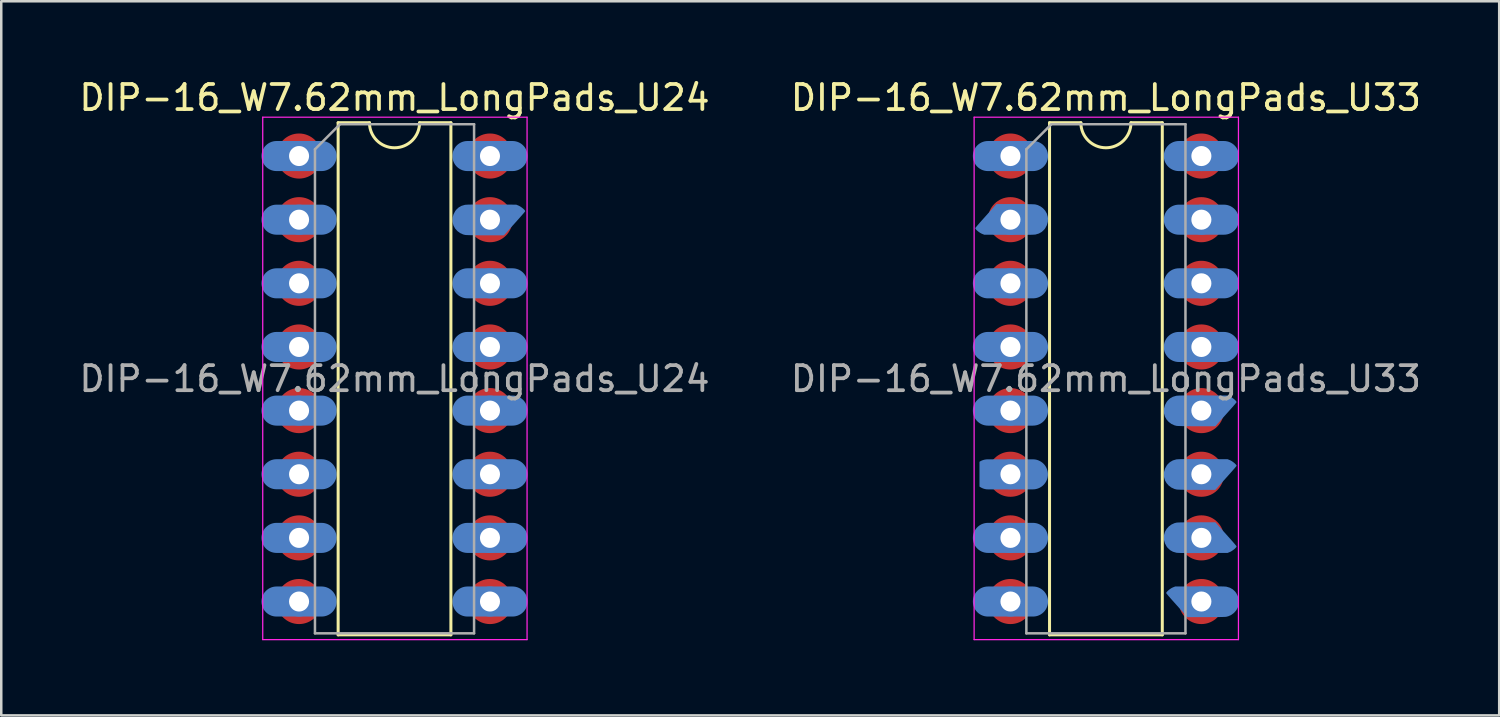
<source format=kicad_pcb>
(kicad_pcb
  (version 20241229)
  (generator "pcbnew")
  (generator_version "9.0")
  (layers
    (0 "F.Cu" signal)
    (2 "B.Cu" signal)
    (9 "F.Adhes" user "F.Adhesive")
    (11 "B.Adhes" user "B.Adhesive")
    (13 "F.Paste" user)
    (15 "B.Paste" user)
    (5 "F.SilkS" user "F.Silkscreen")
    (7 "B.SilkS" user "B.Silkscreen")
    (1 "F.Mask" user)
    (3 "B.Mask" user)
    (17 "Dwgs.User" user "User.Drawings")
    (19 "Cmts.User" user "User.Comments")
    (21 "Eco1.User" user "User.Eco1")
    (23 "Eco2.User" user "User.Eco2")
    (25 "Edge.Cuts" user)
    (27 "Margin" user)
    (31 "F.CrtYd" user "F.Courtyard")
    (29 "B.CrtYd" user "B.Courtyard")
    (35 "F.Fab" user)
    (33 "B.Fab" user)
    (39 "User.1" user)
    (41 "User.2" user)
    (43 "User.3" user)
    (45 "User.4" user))
  (footprint "DIP-16_W7.62mm_LongPads_U33"
    (layer "F.Cu")
    (at 37.279 3.178)
    (property "Reference" "DIP-16_W7.62mm_LongPads_U33" (at 3.81 -2.33 0) (layer "F.SilkS") (effects (font (size 1 1) (thickness 0.15))))
    (attr through_hole)
    (fp_line (start 1.56 -1.33) (end 1.56 19.11) (stroke (width 0.12) (type solid)) (layer "F.SilkS"))
    (fp_line (start 1.56 19.11) (end 6.06 19.11) (stroke (width 0.12) (type solid)) (layer "F.SilkS"))
    (fp_line (start 2.81 -1.33) (end 1.56 -1.33) (stroke (width 0.12) (type solid)) (layer "F.SilkS"))
    (fp_line (start 6.06 -1.33) (end 4.81 -1.33) (stroke (width 0.12) (type solid)) (layer "F.SilkS"))
    (fp_line (start 6.06 19.11) (end 6.06 -1.33) (stroke (width 0.12) (type solid)) (layer "F.SilkS"))
    (fp_arc (start 4.81 -1.33) (mid 3.81 -0.33) (end 2.81 -1.33) (stroke (width 0.12) (type solid)) (layer "F.SilkS"))
    (fp_line (start -1.45 -1.55) (end -1.45 19.3) (stroke (width 0.05) (type solid)) (layer "F.CrtYd"))
    (fp_line (start -1.45 19.3) (end 9.1 19.3) (stroke (width 0.05) (type solid)) (layer "F.CrtYd"))
    (fp_line (start 9.1 -1.55) (end -1.45 -1.55) (stroke (width 0.05) (type solid)) (layer "F.CrtYd"))
    (fp_line (start 9.1 19.3) (end 9.1 -1.55) (stroke (width 0.05) (type solid)) (layer "F.CrtYd"))
    (fp_line (start 0.635 -0.27) (end 1.635 -1.27) (stroke (width 0.1) (type solid)) (layer "F.Fab"))
    (fp_line (start 0.635 19.05) (end 0.635 -0.27) (stroke (width 0.1) (type solid)) (layer "F.Fab"))
    (fp_line (start 1.635 -1.27) (end 6.985 -1.27) (stroke (width 0.1) (type solid)) (layer "F.Fab"))
    (fp_line (start 6.985 -1.27) (end 6.985 19.05) (stroke (width 0.1) (type solid)) (layer "F.Fab"))
    (fp_line (start 6.985 19.05) (end 0.635 19.05) (stroke (width 0.1) (type solid)) (layer "F.Fab"))
    (fp_text user "${REFERENCE}" (at 3.81 8.89 0) (layer "F.Fab") (effects (font (size 1 1) (thickness 0.15))))
    (pad "1" thru_hole circle (at 0 0) (size 1.2 1.2) (drill 0.8) (layers "*.Cu" "*.Mask"))
    (pad "1" smd circle (at 0 0) (size 1.8 1.8) (layers "F.Cu" "F.Mask"))
    (pad "1" smd oval (at 0 0) (size 3 1.2) (layers "B.Cu" "B.Mask"))
    (pad "2" thru_hole circle (at 0 2.54) (size 1.2 1.2) (drill 0.8) (layers "*.Cu" "*.Mask"))
    (pad "2" smd custom (at 0 2.54) (size 1.2 1.2) (layers "B.Cu" "B.Mask") (options (anchor circle)) (primitives (gr_poly (pts (xy -1.391 0.363) (xy -1.361 0.399) (xy -1.316 0.441) (xy -1.262 0.484) (xy -1.205 0.523) (xy -1.151 0.552) (xy -1.138 0.558) (xy -1.046 0.595) (xy -0.07 0.6) (xy 0.16 0.601) (xy 0.359 0.601) (xy 0.529 0.601) (xy 0.672 0.6) (xy 0.787 0.598) (xy 0.878 0.596) (xy 0.945 0.592) (xy 0.989 0.589) (xy 1.001 0.587) (xy 1.135 0.547) (xy 1.248 0.483) (xy 1.342 0.395) (xy 1.381 0.344) (xy 1.448 0.22) (xy 1.486 0.087) (xy 1.493 -0.05) (xy 1.485 -0.117) (xy 1.449 -0.24) (xy 1.385 -0.353) (xy 1.298 -0.45) (xy 1.193 -0.528) (xy 1.073 -0.583) (xy 0.995 -0.603) (xy 0.96 -0.607) (xy 0.895 -0.61) (xy 0.805 -0.613) (xy 0.691 -0.615) (xy 0.558 -0.617) (xy 0.408 -0.619) (xy 0.244 -0.619) (xy 0.178 -0.619) (xy -0.554 -0.619) (xy -0.975 -0.151) (xy -1.067 -0.048) (xy -1.153 0.048) (xy -1.23 0.135) (xy -1.295 0.21) (xy -1.347 0.271) (xy -1.382 0.313) (xy -1.399 0.336) (xy -1.4 0.338) (xy -1.391 0.363)) (width 0.01) (fill yes))))
    (pad "2" smd circle (at 0 2.54) (size 1.8 1.8) (layers "F.Cu" "F.Mask"))
    (pad "3" thru_hole circle (at 0 5.08) (size 1.2 1.2) (drill 0.8) (layers "*.Cu" "*.Mask"))
    (pad "3" smd circle (at 0 5.08) (size 1.8 1.8) (layers "F.Cu" "F.Mask"))
    (pad "3" smd oval (at 0 5.08) (size 3 1.2) (layers "B.Cu" "B.Mask"))
    (pad "4" thru_hole circle (at 0 7.62) (size 1.2 1.2) (drill 0.8) (layers "*.Cu" "*.Mask"))
    (pad "4" smd circle (at 0 7.62) (size 1.8 1.8) (layers "F.Cu" "F.Mask"))
    (pad "4" smd oval (at 0 7.62) (size 3 1.2) (layers "F.Mask" "B.Cu"))
    (pad "5" thru_hole circle (at 0 10.16) (size 1.2 1.2) (drill 0.8) (layers "*.Cu" "*.Mask"))
    (pad "5" smd circle (at 0 10.16) (size 1.8 1.8) (layers "F.Cu" "F.Mask"))
    (pad "5" smd oval (at 0 10.16) (size 3 1.2) (layers "B.Cu" "B.Mask"))
    (pad "6" thru_hole circle (at 0 12.7) (size 1.2 1.2) (drill 0.8) (layers "*.Cu" "*.Mask"))
    (pad "6" smd custom (at 0 12.7) (size 1.2 1.2) (layers "B.Cu" "B.Mask") (options (anchor circle)) (primitives (gr_poly (pts (xy -1.23 -0.5) (xy -1.213 -0.512) (xy -1.184 -0.528) (xy -1.167 -0.537) (xy -1.146 -0.546) (xy -1.124 -0.555) (xy -1.099 -0.564) (xy -1.072 -0.572) (xy -1.043 -0.58) (xy -1.011 -0.586) (xy -0.978 -0.591) (xy -0.943 -0.594) (xy -0.906 -0.595) (xy 0.895 -0.595) (xy 0.927 -0.594) (xy 0.958 -0.592) (xy 0.989 -0.588) (xy 1.019 -0.583) (xy 1.049 -0.576) (xy 1.078 -0.567) (xy 1.106 -0.557) (xy 1.134 -0.546) (xy 1.16 -0.534) (xy 1.186 -0.52) (xy 1.211 -0.505) (xy 1.236 -0.489) (xy 1.259 -0.472) (xy 1.282 -0.454) (xy 1.303 -0.435) (xy 1.324 -0.415) (xy 1.343 -0.394) (xy 1.362 -0.372) (xy 1.379 -0.349) (xy 1.395 -0.325) (xy 1.411 -0.301) (xy 1.425 -0.276) (xy 1.437 -0.25) (xy 1.449 -0.224) (xy 1.459 -0.197) (xy 1.468 -0.169) (xy 1.476 -0.141) (xy 1.483 -0.113) (xy 1.488 -0.084) (xy 1.491 -0.055) (xy 1.494 -0.026) (xy 1.494 0.004) (xy 1.494 0.036) (xy 1.491 0.066) (xy 1.487 0.097) (xy 1.482 0.127) (xy 1.475 0.156) (xy 1.467 0.185) (xy 1.457 0.213) (xy 1.446 0.24) (xy 1.434 0.267) (xy 1.421 0.293) (xy 1.406 0.318) (xy 1.39 0.342) (xy 1.373 0.365) (xy 1.355 0.388) (xy 1.336 0.41) (xy 1.316 0.43) (xy 1.295 0.45) (xy 1.273 0.469) (xy 1.251 0.486) (xy 1.227 0.503) (xy 1.203 0.518) (xy 1.178 0.532) (xy 1.152 0.546) (xy 1.125 0.557) (xy 1.098 0.568) (xy 1.071 0.577) (xy 1.043 0.585) (xy 1.014 0.592) (xy 0.985 0.597) (xy 0.955 0.601) (xy 0.925 0.603) (xy 0.895 0.604) (xy -0.906 0.604) (xy -0.923 0.603) (xy -0.94 0.602) (xy -0.957 0.601) (xy -0.973 0.599) (xy -0.989 0.596) (xy -1.005 0.593) (xy -1.02 0.59) (xy -1.035 0.586) (xy -1.05 0.582) (xy -1.064 0.578) (xy -1.078 0.573) (xy -1.091 0.568) (xy -1.104 0.563) (xy -1.117 0.558) (xy -1.14 0.548) (xy -1.161 0.537) (xy -1.18 0.527) (xy -1.197 0.517) (xy -1.21 0.509) (xy -1.23 0.496) (xy -1.236 0.491) (xy -1.236 -0.495)) (width 0) (fill yes))))
    (pad "6" smd circle (at 0 12.7) (size 1.8 1.8) (layers "F.Cu" "F.Mask"))
    (pad "7" thru_hole circle (at 0 15.24) (size 1.2 1.2) (drill 0.8) (layers "*.Cu" "*.Mask"))
    (pad "7" smd circle (at 0 15.24) (size 1.8 1.8) (layers "F.Cu" "F.Mask"))
    (pad "7" smd oval (at 0 15.24) (size 3 1.2) (layers "B.Cu" "B.Mask"))
    (pad "8" thru_hole circle (at 0 17.78) (size 1.2 1.2) (drill 0.8) (layers "*.Cu" "*.Mask"))
    (pad "8" smd circle (at 0 17.78) (size 1.8 1.8) (layers "F.Cu" "F.Mask"))
    (pad "8" smd oval (at 0 17.78) (size 3 1.2) (layers "B.Cu" "B.Mask"))
    (pad "9" thru_hole circle (at 7.62 17.78) (size 1.2 1.2) (drill 0.8) (layers "*.Cu" "*.Mask"))
    (pad "9" smd custom (at 7.62 17.78 180) (size 1.2 1.2) (layers "B.Cu" "B.Mask") (options (anchor circle)) (primitives (gr_poly (pts (xy 1.391 0.363) (xy 1.361 0.399) (xy 1.316 0.441) (xy 1.262 0.484) (xy 1.205 0.523) (xy 1.151 0.552) (xy 1.138 0.558) (xy 1.046 0.595) (xy 0.07 0.6) (xy -0.16 0.601) (xy -0.359 0.601) (xy -0.529 0.601) (xy -0.672 0.6) (xy -0.787 0.598) (xy -0.878 0.596) (xy -0.945 0.592) (xy -0.989 0.589) (xy -1.001 0.587) (xy -1.135 0.547) (xy -1.248 0.483) (xy -1.342 0.395) (xy -1.381 0.344) (xy -1.448 0.22) (xy -1.486 0.087) (xy -1.493 -0.05) (xy -1.485 -0.117) (xy -1.449 -0.24) (xy -1.385 -0.353) (xy -1.298 -0.45) (xy -1.193 -0.528) (xy -1.073 -0.583) (xy -0.995 -0.603) (xy -0.96 -0.607) (xy -0.895 -0.61) (xy -0.805 -0.613) (xy -0.691 -0.615) (xy -0.558 -0.617) (xy -0.408 -0.619) (xy -0.244 -0.619) (xy -0.178 -0.619) (xy 0.554 -0.619) (xy 0.975 -0.151) (xy 1.067 -0.048) (xy 1.153 0.048) (xy 1.23 0.135) (xy 1.295 0.21) (xy 1.347 0.271) (xy 1.382 0.313) (xy 1.399 0.336) (xy 1.4 0.338) (xy 1.391 0.363)) (width 0.01) (fill yes))))
    (pad "9" smd circle (at 7.62 17.78) (size 1.8 1.8) (layers "F.Cu" "F.Mask"))
    (pad "10" thru_hole circle (at 7.62 15.24) (size 1.2 1.2) (drill 0.8) (layers "*.Cu" "*.Mask"))
    (pad "10" smd custom (at 7.62 15.24) (size 1.2 1.2) (layers "B.Cu" "B.Mask") (options (anchor circle)) (primitives (gr_poly (pts (xy 1.391 0.363) (xy 1.361 0.399) (xy 1.316 0.441) (xy 1.262 0.484) (xy 1.205 0.523) (xy 1.151 0.552) (xy 1.138 0.558) (xy 1.046 0.595) (xy 0.07 0.6) (xy -0.16 0.601) (xy -0.359 0.601) (xy -0.529 0.601) (xy -0.672 0.6) (xy -0.787 0.598) (xy -0.878 0.596) (xy -0.945 0.592) (xy -0.989 0.589) (xy -1.001 0.587) (xy -1.135 0.547) (xy -1.248 0.483) (xy -1.342 0.395) (xy -1.381 0.344) (xy -1.448 0.22) (xy -1.486 0.087) (xy -1.493 -0.05) (xy -1.485 -0.117) (xy -1.449 -0.24) (xy -1.385 -0.353) (xy -1.298 -0.45) (xy -1.193 -0.528) (xy -1.073 -0.583) (xy -0.995 -0.603) (xy -0.96 -0.607) (xy -0.895 -0.61) (xy -0.805 -0.613) (xy -0.691 -0.615) (xy -0.558 -0.617) (xy -0.408 -0.619) (xy -0.244 -0.619) (xy -0.178 -0.619) (xy 0.554 -0.619) (xy 0.975 -0.151) (xy 1.067 -0.048) (xy 1.153 0.048) (xy 1.23 0.135) (xy 1.295 0.21) (xy 1.347 0.271) (xy 1.382 0.313) (xy 1.399 0.336) (xy 1.4 0.338) (xy 1.391 0.363)) (width 0.01) (fill yes))))
    (pad "10" smd circle (at 7.62 15.24) (size 1.8 1.8) (layers "F.Cu" "F.Mask"))
    (pad "11" thru_hole circle (at 7.62 12.7) (size 1.2 1.2) (drill 0.8) (layers "*.Cu" "*.Mask"))
    (pad "11" smd custom (at 7.62 12.7) (size 1.2 1.2) (layers "B.Cu" "B.Mask") (options (anchor circle)) (primitives (gr_poly (pts (xy 1.391 -0.363) (xy 1.361 -0.399) (xy 1.316 -0.441) (xy 1.262 -0.484) (xy 1.205 -0.523) (xy 1.151 -0.552) (xy 1.138 -0.558) (xy 1.046 -0.595) (xy 0.07 -0.6) (xy -0.16 -0.601) (xy -0.359 -0.601) (xy -0.529 -0.601) (xy -0.672 -0.6) (xy -0.787 -0.598) (xy -0.878 -0.596) (xy -0.945 -0.592) (xy -0.989 -0.589) (xy -1.001 -0.587) (xy -1.135 -0.547) (xy -1.248 -0.483) (xy -1.342 -0.395) (xy -1.381 -0.344) (xy -1.448 -0.22) (xy -1.486 -0.087) (xy -1.493 0.05) (xy -1.485 0.117) (xy -1.449 0.24) (xy -1.385 0.353) (xy -1.298 0.45) (xy -1.193 0.528) (xy -1.073 0.583) (xy -0.995 0.603) (xy -0.96 0.607) (xy -0.895 0.61) (xy -0.805 0.613) (xy -0.691 0.615) (xy -0.558 0.617) (xy -0.408 0.619) (xy -0.244 0.619) (xy -0.178 0.619) (xy 0.554 0.619) (xy 0.975 0.151) (xy 1.067 0.048) (xy 1.153 -0.048) (xy 1.23 -0.135) (xy 1.295 -0.21) (xy 1.347 -0.271) (xy 1.382 -0.313) (xy 1.399 -0.336) (xy 1.4 -0.338) (xy 1.391 -0.363)) (width 0.01) (fill yes))))
    (pad "11" smd circle (at 7.62 12.7) (size 1.8 1.8) (layers "F.Cu" "F.Mask"))
    (pad "12" thru_hole circle (at 7.62 10.16) (size 1.2 1.2) (drill 0.8) (layers "*.Cu" "*.Mask"))
    (pad "12" smd custom (at 7.62 10.16) (size 1.2 1.2) (layers "B.Cu" "B.Mask") (options (anchor circle)) (primitives (gr_poly (pts (xy 1.391 -0.363) (xy 1.361 -0.399) (xy 1.316 -0.441) (xy 1.262 -0.484) (xy 1.205 -0.523) (xy 1.151 -0.552) (xy 1.138 -0.558) (xy 1.046 -0.595) (xy 0.07 -0.6) (xy -0.16 -0.601) (xy -0.359 -0.601) (xy -0.529 -0.601) (xy -0.672 -0.6) (xy -0.787 -0.598) (xy -0.878 -0.596) (xy -0.945 -0.592) (xy -0.989 -0.589) (xy -1.001 -0.587) (xy -1.135 -0.547) (xy -1.248 -0.483) (xy -1.342 -0.395) (xy -1.381 -0.344) (xy -1.448 -0.22) (xy -1.486 -0.087) (xy -1.493 0.05) (xy -1.485 0.117) (xy -1.449 0.24) (xy -1.385 0.353) (xy -1.298 0.45) (xy -1.193 0.528) (xy -1.073 0.583) (xy -0.995 0.603) (xy -0.96 0.607) (xy -0.895 0.61) (xy -0.805 0.613) (xy -0.691 0.615) (xy -0.558 0.617) (xy -0.408 0.619) (xy -0.244 0.619) (xy -0.178 0.619) (xy 0.554 0.619) (xy 0.975 0.151) (xy 1.067 0.048) (xy 1.153 -0.048) (xy 1.23 -0.135) (xy 1.295 -0.21) (xy 1.347 -0.271) (xy 1.382 -0.313) (xy 1.399 -0.336) (xy 1.4 -0.338) (xy 1.391 -0.363)) (width 0.01) (fill yes))))
    (pad "12" smd circle (at 7.62 10.16) (size 1.8 1.8) (layers "F.Cu" "F.Mask"))
    (pad "13" thru_hole circle (at 7.62 7.62) (size 1.2 1.2) (drill 0.8) (layers "*.Cu" "*.Mask"))
    (pad "13" smd circle (at 7.62 7.62) (size 1.8 1.8) (layers "F.Cu" "F.Mask"))
    (pad "13" smd oval (at 7.62 7.62) (size 3 1.2) (layers "B.Cu" "B.Mask"))
    (pad "14" thru_hole circle (at 7.62 5.08) (size 1.2 1.2) (drill 0.8) (layers "*.Cu" "*.Mask"))
    (pad "14" smd circle (at 7.62 5.08) (size 1.8 1.8) (layers "F.Cu" "F.Mask"))
    (pad "14" smd oval (at 7.62 5.08) (size 3 1.2) (layers "B.Cu" "B.Mask"))
    (pad "15" thru_hole circle (at 7.62 2.54) (size 1.2 1.2) (drill 0.8) (layers "*.Cu" "*.Mask"))
    (pad "15" smd circle (at 7.62 2.54) (size 1.8 1.8) (layers "F.Cu" "F.Mask"))
    (pad "15" smd oval (at 7.62 2.54) (size 3 1.2) (layers "B.Cu" "B.Mask"))
    (pad "16" thru_hole circle (at 7.62 0) (size 1.2 1.2) (drill 0.8) (layers "*.Cu" "*.Mask"))
    (pad "16" smd circle (at 7.62 0) (size 1.8 1.8) (layers "F.Cu" "F.Mask"))
    (pad "16" smd oval (at 7.62 0) (size 3 1.2) (layers "B.Cu" "B.Mask")))
  (footprint "DIP-16_W7.62mm_LongPads_U24"
    (layer "F.Cu")
    (at 8.886 3.178)
    (property "Reference" "DIP-16_W7.62mm_LongPads_U24" (at 3.81 -2.33 0) (layer "F.SilkS") (effects (font (size 1 1) (thickness 0.15))))
    (attr through_hole)
    (fp_line (start 1.56 -1.33) (end 1.56 19.11) (stroke (width 0.12) (type solid)) (layer "F.SilkS"))
    (fp_line (start 1.56 19.11) (end 6.06 19.11) (stroke (width 0.12) (type solid)) (layer "F.SilkS"))
    (fp_line (start 2.81 -1.33) (end 1.56 -1.33) (stroke (width 0.12) (type solid)) (layer "F.SilkS"))
    (fp_line (start 6.06 -1.33) (end 4.81 -1.33) (stroke (width 0.12) (type solid)) (layer "F.SilkS"))
    (fp_line (start 6.06 19.11) (end 6.06 -1.33) (stroke (width 0.12) (type solid)) (layer "F.SilkS"))
    (fp_arc (start 4.81 -1.33) (mid 3.81 -0.33) (end 2.81 -1.33) (stroke (width 0.12) (type solid)) (layer "F.SilkS"))
    (fp_line (start -1.45 -1.55) (end -1.45 19.3) (stroke (width 0.05) (type solid)) (layer "F.CrtYd"))
    (fp_line (start -1.45 19.3) (end 9.1 19.3) (stroke (width 0.05) (type solid)) (layer "F.CrtYd"))
    (fp_line (start 9.1 -1.55) (end -1.45 -1.55) (stroke (width 0.05) (type solid)) (layer "F.CrtYd"))
    (fp_line (start 9.1 19.3) (end 9.1 -1.55) (stroke (width 0.05) (type solid)) (layer "F.CrtYd"))
    (fp_line (start 0.635 -0.27) (end 1.635 -1.27) (stroke (width 0.1) (type solid)) (layer "F.Fab"))
    (fp_line (start 0.635 19.05) (end 0.635 -0.27) (stroke (width 0.1) (type solid)) (layer "F.Fab"))
    (fp_line (start 1.635 -1.27) (end 6.985 -1.27) (stroke (width 0.1) (type solid)) (layer "F.Fab"))
    (fp_line (start 6.985 -1.27) (end 6.985 19.05) (stroke (width 0.1) (type solid)) (layer "F.Fab"))
    (fp_line (start 6.985 19.05) (end 0.635 19.05) (stroke (width 0.1) (type solid)) (layer "F.Fab"))
    (fp_text user "${REFERENCE}" (at 3.81 8.89 0) (layer "F.Fab") (effects (font (size 1 1) (thickness 0.15))))
    (pad "1" thru_hole circle (at 0 0) (size 1.2 1.2) (drill 0.8) (layers "*.Cu" "*.Mask"))
    (pad "1" smd circle (at 0 0) (size 1.8 1.8) (layers "F.Cu" "F.Mask"))
    (pad "1" smd oval (at 0 0) (size 3 1.2) (layers "B.Cu" "B.Mask"))
    (pad "2" thru_hole circle (at 0 2.54) (size 1.2 1.2) (drill 0.8) (layers "*.Cu" "*.Mask"))
    (pad "2" smd circle (at 0 2.54) (size 1.8 1.8) (layers "F.Cu" "F.Mask"))
    (pad "2" smd oval (at 0 2.54) (size 3 1.2) (layers "B.Cu" "B.Mask"))
    (pad "3" thru_hole circle (at 0 5.08) (size 1.2 1.2) (drill 0.8) (layers "*.Cu" "*.Mask"))
    (pad "3" smd circle (at 0 5.08) (size 1.8 1.8) (layers "F.Cu" "F.Mask"))
    (pad "3" smd oval (at 0 5.08) (size 3 1.2) (layers "B.Cu" "B.Mask"))
    (pad "4" thru_hole circle (at 0 7.62) (size 1.2 1.2) (drill 0.8) (layers "*.Cu" "*.Mask"))
    (pad "4" smd circle (at 0 7.62) (size 1.8 1.8) (layers "F.Cu" "F.Mask"))
    (pad "4" smd oval (at 0 7.62) (size 3 1.2) (layers "B.Cu" "B.Mask"))
    (pad "5" thru_hole circle (at 0 10.16) (size 1.2 1.2) (drill 0.8) (layers "*.Cu" "*.Mask"))
    (pad "5" smd circle (at 0 10.16) (size 1.8 1.8) (layers "F.Cu" "F.Mask"))
    (pad "5" smd oval (at 0 10.16) (size 3 1.2) (layers "B.Cu" "B.Mask"))
    (pad "6" thru_hole circle (at 0 12.7) (size 1.2 1.2) (drill 0.8) (layers "*.Cu" "*.Mask"))
    (pad "6" smd circle (at 0 12.7) (size 1.8 1.8) (layers "F.Cu" "F.Mask"))
    (pad "6" smd oval (at 0 12.7) (size 3 1.2) (layers "B.Cu" "B.Mask"))
    (pad "7" thru_hole circle (at 0 15.24) (size 1.2 1.2) (drill 0.8) (layers "*.Cu" "*.Mask"))
    (pad "7" smd circle (at 0 15.24) (size 1.8 1.8) (layers "F.Cu" "F.Mask"))
    (pad "7" smd oval (at 0 15.24) (size 3 1.2) (layers "B.Cu" "B.Mask"))
    (pad "8" thru_hole circle (at 0 17.78) (size 1.2 1.2) (drill 0.8) (layers "*.Cu" "*.Mask"))
    (pad "8" smd circle (at 0 17.78) (size 1.8 1.8) (layers "F.Cu" "F.Mask"))
    (pad "8" smd oval (at 0 17.78) (size 3 1.2) (layers "B.Cu" "B.Mask"))
    (pad "9" thru_hole circle (at 7.62 17.78) (size 1.2 1.2) (drill 0.8) (layers "*.Cu" "*.Mask"))
    (pad "9" smd circle (at 7.62 17.78) (size 1.8 1.8) (layers "F.Cu" "F.Mask"))
    (pad "9" smd oval (at 7.62 17.78) (size 3 1.2) (layers "B.Cu" "B.Mask"))
    (pad "10" thru_hole circle (at 7.62 15.24) (size 1.2 1.2) (drill 0.8) (layers "*.Cu" "*.Mask"))
    (pad "10" smd circle (at 7.62 15.24) (size 1.8 1.8) (layers "F.Cu" "F.Mask"))
    (pad "10" smd oval (at 7.62 15.24) (size 3 1.2) (layers "B.Cu" "B.Mask"))
    (pad "11" thru_hole circle (at 7.62 12.7) (size 1.2 1.2) (drill 0.8) (layers "*.Cu" "*.Mask"))
    (pad "11" smd circle (at 7.62 12.7) (size 1.8 1.8) (layers "F.Cu" "F.Mask"))
    (pad "11" smd oval (at 7.62 12.7) (size 3 1.2) (layers "B.Cu" "B.Mask"))
    (pad "12" thru_hole circle (at 7.62 10.16) (size 1.2 1.2) (drill 0.8) (layers "*.Cu" "*.Mask"))
    (pad "12" smd circle (at 7.62 10.16) (size 1.8 1.8) (layers "F.Cu" "F.Mask"))
    (pad "12" smd oval (at 7.62 10.16) (size 3 1.2) (layers "B.Cu" "B.Mask"))
    (pad "13" thru_hole circle (at 7.62 7.62) (size 1.2 1.2) (drill 0.8) (layers "*.Cu" "*.Mask"))
    (pad "13" smd circle (at 7.62 7.62) (size 1.8 1.8) (layers "F.Cu" "F.Mask"))
    (pad "13" smd oval (at 7.62 7.62) (size 3 1.2) (layers "B.Cu" "B.Mask"))
    (pad "14" thru_hole circle (at 7.62 5.08) (size 1.2 1.2) (drill 0.8) (layers "*.Cu" "*.Mask"))
    (pad "14" smd circle (at 7.62 5.08) (size 1.8 1.8) (layers "F.Cu" "F.Mask"))
    (pad "14" smd oval (at 7.62 5.08) (size 3 1.2) (layers "B.Cu" "B.Mask"))
    (pad "15" thru_hole circle (at 7.62 2.54) (size 1.2 1.2) (drill 0.8) (layers "*.Cu" "*.Mask"))
    (pad "15" smd custom (at 7.62 2.54) (size 1.2 1.2) (layers "B.Cu" "B.Mask") (options (anchor circle)) (primitives (gr_poly (pts (xy 1.391 -0.363) (xy 1.361 -0.399) (xy 1.316 -0.441) (xy 1.262 -0.484) (xy 1.205 -0.523) (xy 1.151 -0.552) (xy 1.138 -0.558) (xy 1.046 -0.595) (xy 0.07 -0.6) (xy -0.16 -0.601) (xy -0.359 -0.601) (xy -0.529 -0.601) (xy -0.672 -0.6) (xy -0.787 -0.598) (xy -0.878 -0.596) (xy -0.945 -0.592) (xy -0.989 -0.589) (xy -1.001 -0.587) (xy -1.135 -0.547) (xy -1.248 -0.483) (xy -1.342 -0.395) (xy -1.381 -0.344) (xy -1.448 -0.22) (xy -1.486 -0.087) (xy -1.493 0.05) (xy -1.485 0.117) (xy -1.449 0.24) (xy -1.385 0.353) (xy -1.298 0.45) (xy -1.193 0.528) (xy -1.073 0.583) (xy -0.995 0.603) (xy -0.96 0.607) (xy -0.895 0.61) (xy -0.805 0.613) (xy -0.691 0.615) (xy -0.558 0.617) (xy -0.408 0.619) (xy -0.244 0.619) (xy -0.178 0.619) (xy 0.554 0.619) (xy 0.975 0.151) (xy 1.067 0.048) (xy 1.153 -0.048) (xy 1.23 -0.135) (xy 1.295 -0.21) (xy 1.347 -0.271) (xy 1.382 -0.313) (xy 1.399 -0.336) (xy 1.4 -0.338) (xy 1.391 -0.363)) (width 0.01) (fill yes))))
    (pad "15" smd circle (at 7.62 2.54) (size 1.8 1.8) (layers "F.Cu" "F.Mask"))
    (pad "16" thru_hole circle (at 7.62 0) (size 1.2 1.2) (drill 0.8) (layers "*.Cu" "*.Mask"))
    (pad "16" smd circle (at 7.62 0) (size 1.8 1.8) (layers "F.Cu" "F.Mask"))
    (pad "16" smd oval (at 7.62 0) (size 3 1.2) (layers "B.Cu" "B.Mask")))
  (gr_rect
    (start -3 -3)
    (end 56.786 25.503)
    (stroke (width 0.1) (type default))
    (fill no)
    (layer "Edge.Cuts")))
</source>
